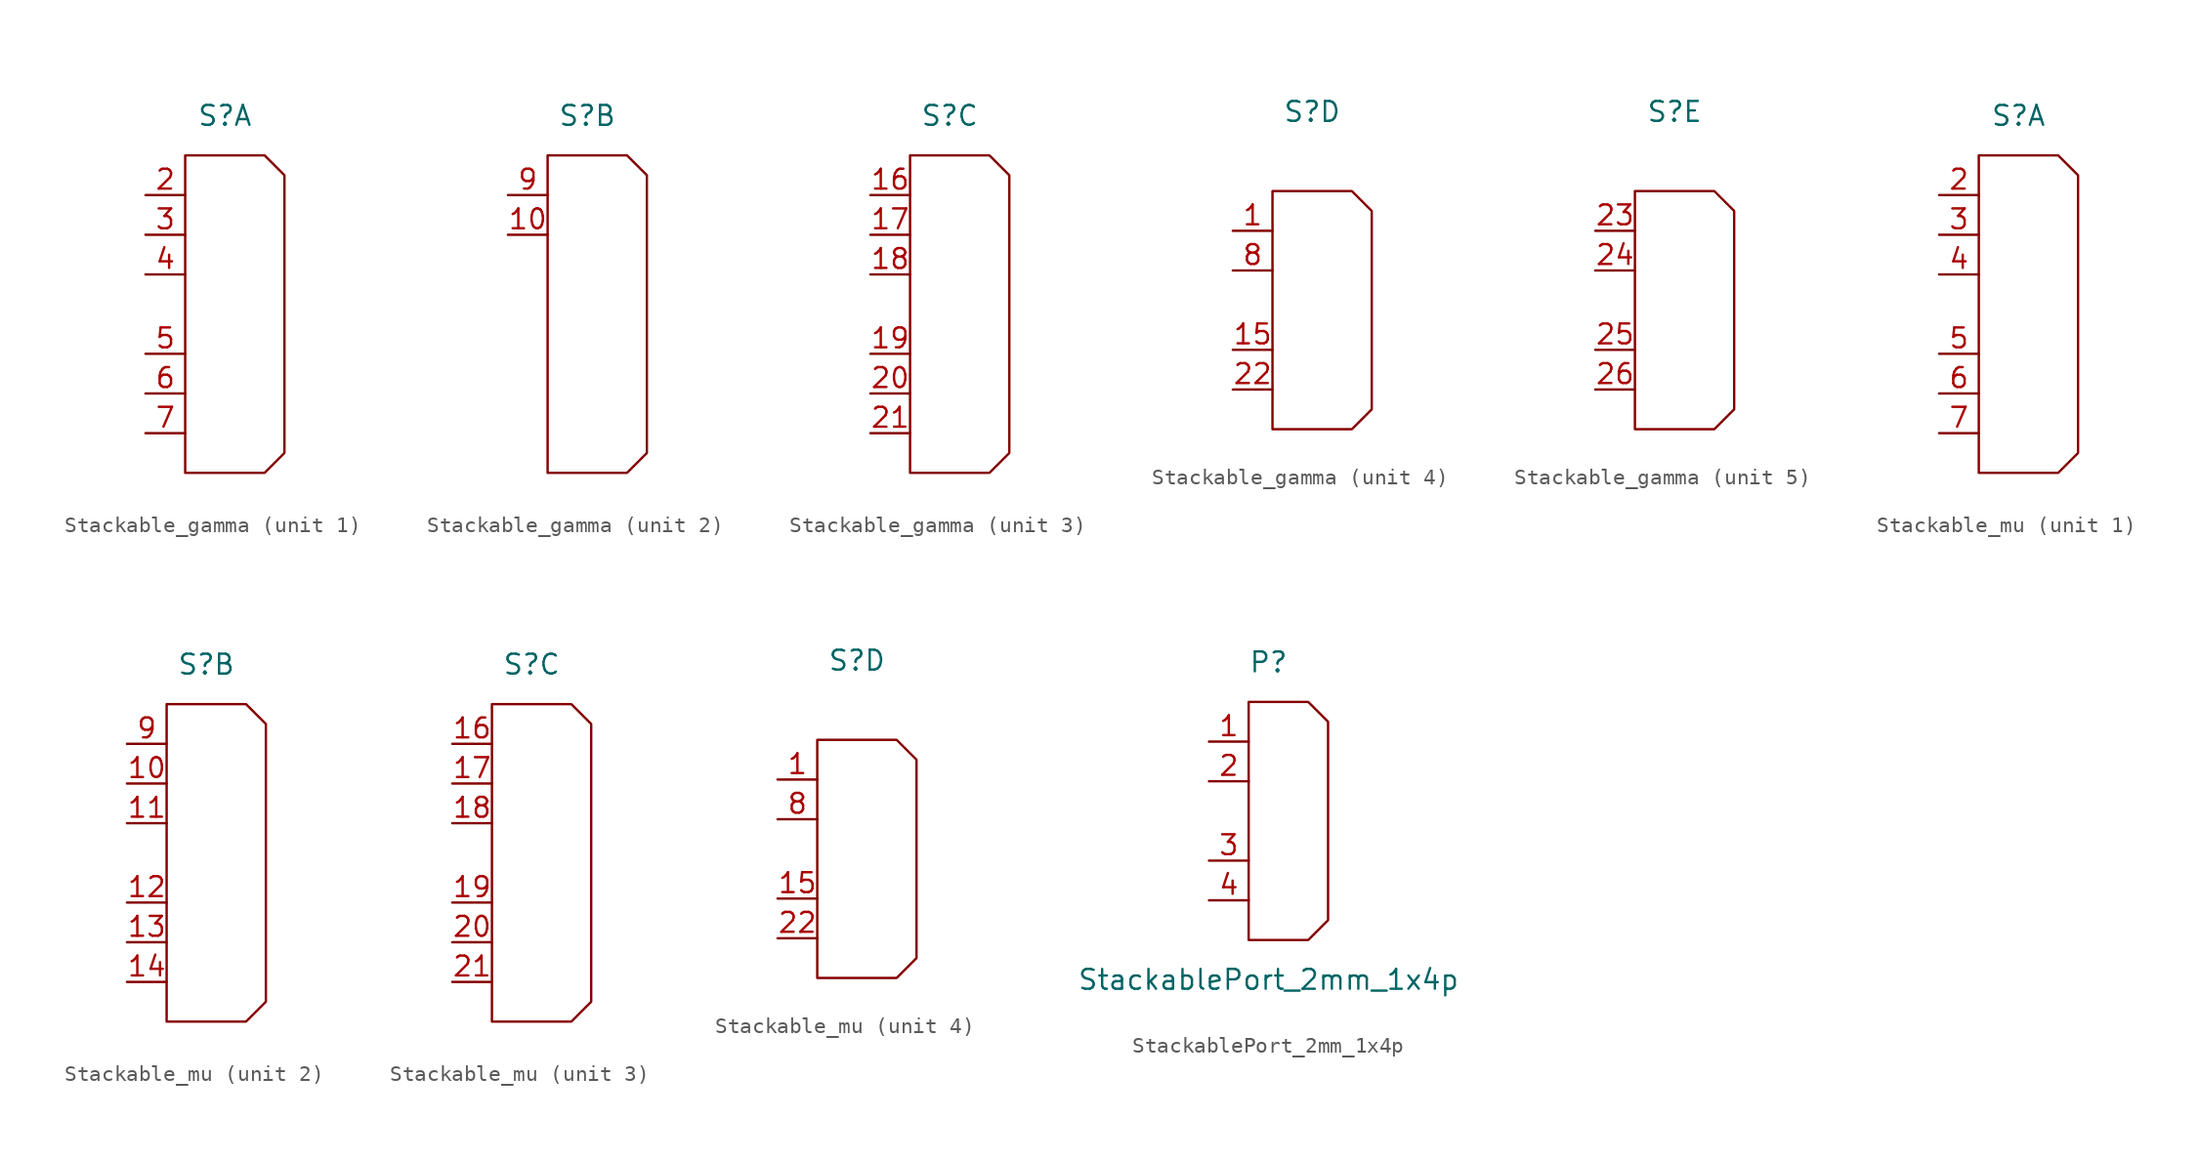
<source format=kicad_sym>
(kicad_symbol_lib
  (version 20211014)
  (generator kicad_symbol_editor)
  (symbol "Stackable_gamma"
    (property "Reference" "S"
      (at 0 12.7 0)
      (effects (font (size 1.27 1.27))))
    (property "ki_locked" ""
      (at 0 0 0)
      (effects (font (size 1.27 1.27))))
    (symbol "Stackable_gamma_1_1"
      (polyline (pts (xy -2.54 10.16) (xy -2.54 -10.16) (xy 2.54 -10.16) (xy 3.81 -8.89) (xy 3.81 8.89) (xy 2.54 10.16) (xy -2.54 10.16)) (stroke (width 0) (type default) (color 0 0 0 0)) (fill (type none)))
      (pin bidirectional line (at -5.08 7.62 0) (length 2.54) (name "" (effects (font (size 1.27 1.27)))) (number "2" (effects (font (size 1.27 1.27)))))
      (pin bidirectional line (at -5.08 5.08 0) (length 2.54) (name "" (effects (font (size 1.27 1.27)))) (number "3" (effects (font (size 1.27 1.27)))))
      (pin bidirectional line (at -5.08 2.54 0) (length 2.54) (name "" (effects (font (size 1.27 1.27)))) (number "4" (effects (font (size 1.27 1.27)))))
      (pin bidirectional line (at -5.08 -2.54 0) (length 2.54) (name "" (effects (font (size 1.27 1.27)))) (number "5" (effects (font (size 1.27 1.27)))))
      (pin bidirectional line (at -5.08 -5.08 0) (length 2.54) (name "" (effects (font (size 1.27 1.27)))) (number "6" (effects (font (size 1.27 1.27)))))
      (pin bidirectional line (at -5.08 -7.62 0) (length 2.54) (name "" (effects (font (size 1.27 1.27)))) (number "7" (effects (font (size 1.27 1.27))))))
    (symbol "Stackable_gamma_2_1"
      (polyline (pts (xy -2.54 10.16) (xy -2.54 -10.16) (xy 2.54 -10.16) (xy 3.81 -8.89) (xy 3.81 8.89) (xy 2.54 10.16) (xy -2.54 10.16)) (stroke (width 0) (type default) (color 0 0 0 0)) (fill (type none)))
      (pin bidirectional line (at -5.08 5.08 0) (length 2.54) (name "" (effects (font (size 1.27 1.27)))) (number "10" (effects (font (size 1.27 1.27)))))
      (pin no_connect line (at -5.08 2.54 0) (length 2.54) hide (name "" (effects (font (size 1.27 1.27)))) (number "11" (effects (font (size 1.27 1.27)))))
      (pin no_connect line (at -5.08 -2.54 0) (length 2.54) hide (name "" (effects (font (size 1.27 1.27)))) (number "12" (effects (font (size 1.27 1.27)))))
      (pin no_connect line (at -5.08 -5.08 0) (length 2.54) hide (name "" (effects (font (size 1.27 1.27)))) (number "13" (effects (font (size 1.27 1.27)))))
      (pin no_connect line (at -5.08 -7.62 0) (length 2.54) hide (name "" (effects (font (size 1.27 1.27)))) (number "14" (effects (font (size 1.27 1.27)))))
      (pin bidirectional line (at -5.08 7.62 0) (length 2.54) (name "" (effects (font (size 1.27 1.27)))) (number "9" (effects (font (size 1.27 1.27))))))
    (symbol "Stackable_gamma_3_1"
      (polyline (pts (xy -2.54 10.16) (xy -2.54 -10.16) (xy 2.54 -10.16) (xy 3.81 -8.89) (xy 3.81 8.89) (xy 2.54 10.16) (xy -2.54 10.16)) (stroke (width 0) (type default) (color 0 0 0 0)) (fill (type none)))
      (pin bidirectional line (at -5.08 7.62 0) (length 2.54) (name "" (effects (font (size 1.27 1.27)))) (number "16" (effects (font (size 1.27 1.27)))))
      (pin bidirectional line (at -5.08 5.08 0) (length 2.54) (name "" (effects (font (size 1.27 1.27)))) (number "17" (effects (font (size 1.27 1.27)))))
      (pin bidirectional line (at -5.08 2.54 0) (length 2.54) (name "" (effects (font (size 1.27 1.27)))) (number "18" (effects (font (size 1.27 1.27)))))
      (pin bidirectional line (at -5.08 -2.54 0) (length 2.54) (name "" (effects (font (size 1.27 1.27)))) (number "19" (effects (font (size 1.27 1.27)))))
      (pin bidirectional line (at -5.08 -5.08 0) (length 2.54) (name "" (effects (font (size 1.27 1.27)))) (number "20" (effects (font (size 1.27 1.27)))))
      (pin bidirectional line (at -5.08 -7.62 0) (length 2.54) (name "" (effects (font (size 1.27 1.27)))) (number "21" (effects (font (size 1.27 1.27))))))
    (symbol "Stackable_gamma_4_1"
      (polyline (pts (xy -2.54 7.62) (xy -2.54 -7.62) (xy 2.54 -7.62) (xy 3.81 -6.35) (xy 3.81 6.35) (xy 2.54 7.62) (xy -2.54 7.62)) (stroke (width 0) (type default) (color 0 0 0 0)) (fill (type none)))
      (pin bidirectional line (at -5.08 5.08 0) (length 2.54) (name "" (effects (font (size 1.27 1.27)))) (number "1" (effects (font (size 1.27 1.27)))))
      (pin bidirectional line (at -5.08 -2.54 0) (length 2.54) (name "" (effects (font (size 1.27 1.27)))) (number "15" (effects (font (size 1.27 1.27)))))
      (pin bidirectional line (at -5.08 -5.08 0) (length 2.54) (name "" (effects (font (size 1.27 1.27)))) (number "22" (effects (font (size 1.27 1.27)))))
      (pin bidirectional line (at -5.08 2.54 0) (length 2.54) (name "" (effects (font (size 1.27 1.27)))) (number "8" (effects (font (size 1.27 1.27))))))
    (symbol "Stackable_gamma_5_1"
      (polyline (pts (xy -2.54 7.62) (xy -2.54 -7.62) (xy 2.54 -7.62) (xy 3.81 -6.35) (xy 3.81 6.35) (xy 2.54 7.62) (xy -2.54 7.62)) (stroke (width 0) (type default) (color 0 0 0 0)) (fill (type none)))
      (pin bidirectional line (at -5.08 5.08 0) (length 2.54) (name "" (effects (font (size 1.27 1.27)))) (number "23" (effects (font (size 1.27 1.27)))))
      (pin bidirectional line (at -5.08 2.54 0) (length 2.54) (name "" (effects (font (size 1.27 1.27)))) (number "24" (effects (font (size 1.27 1.27)))))
      (pin bidirectional line (at -5.08 -2.54 0) (length 2.54) (name "" (effects (font (size 1.27 1.27)))) (number "25" (effects (font (size 1.27 1.27)))))
      (pin bidirectional line (at -5.08 -5.08 0) (length 2.54) (name "" (effects (font (size 1.27 1.27)))) (number "26" (effects (font (size 1.27 1.27)))))))
  (symbol "Stackable_mu"
    (property "Reference" "S"
      (at 0 12.7 0)
      (effects (font (size 1.27 1.27))))
    (property "ki_locked" ""
      (at 0 0 0)
      (effects (font (size 1.27 1.27))))
    (symbol "Stackable_mu_1_1"
      (polyline (pts (xy -2.54 10.16) (xy -2.54 -10.16) (xy 2.54 -10.16) (xy 3.81 -8.89) (xy 3.81 8.89) (xy 2.54 10.16) (xy -2.54 10.16)) (stroke (width 0) (type default) (color 0 0 0 0)) (fill (type none)))
      (pin bidirectional line (at -5.08 7.62 0) (length 2.54) (name "" (effects (font (size 1.27 1.27)))) (number "2" (effects (font (size 1.27 1.27)))))
      (pin bidirectional line (at -5.08 5.08 0) (length 2.54) (name "" (effects (font (size 1.27 1.27)))) (number "3" (effects (font (size 1.27 1.27)))))
      (pin bidirectional line (at -5.08 2.54 0) (length 2.54) (name "" (effects (font (size 1.27 1.27)))) (number "4" (effects (font (size 1.27 1.27)))))
      (pin bidirectional line (at -5.08 -2.54 0) (length 2.54) (name "" (effects (font (size 1.27 1.27)))) (number "5" (effects (font (size 1.27 1.27)))))
      (pin bidirectional line (at -5.08 -5.08 0) (length 2.54) (name "" (effects (font (size 1.27 1.27)))) (number "6" (effects (font (size 1.27 1.27)))))
      (pin bidirectional line (at -5.08 -7.62 0) (length 2.54) (name "" (effects (font (size 1.27 1.27)))) (number "7" (effects (font (size 1.27 1.27))))))
    (symbol "Stackable_mu_2_1"
      (polyline (pts (xy -2.54 10.16) (xy -2.54 -10.16) (xy 2.54 -10.16) (xy 3.81 -8.89) (xy 3.81 8.89) (xy 2.54 10.16) (xy -2.54 10.16)) (stroke (width 0) (type default) (color 0 0 0 0)) (fill (type none)))
      (pin bidirectional line (at -5.08 5.08 0) (length 2.54) (name "" (effects (font (size 1.27 1.27)))) (number "10" (effects (font (size 1.27 1.27)))))
      (pin bidirectional line (at -5.08 2.54 0) (length 2.54) (name "" (effects (font (size 1.27 1.27)))) (number "11" (effects (font (size 1.27 1.27)))))
      (pin bidirectional line (at -5.08 -2.54 0) (length 2.54) (name "" (effects (font (size 1.27 1.27)))) (number "12" (effects (font (size 1.27 1.27)))))
      (pin bidirectional line (at -5.08 -5.08 0) (length 2.54) (name "" (effects (font (size 1.27 1.27)))) (number "13" (effects (font (size 1.27 1.27)))))
      (pin bidirectional line (at -5.08 -7.62 0) (length 2.54) (name "" (effects (font (size 1.27 1.27)))) (number "14" (effects (font (size 1.27 1.27)))))
      (pin bidirectional line (at -5.08 7.62 0) (length 2.54) (name "" (effects (font (size 1.27 1.27)))) (number "9" (effects (font (size 1.27 1.27))))))
    (symbol "Stackable_mu_3_1"
      (polyline (pts (xy -2.54 10.16) (xy -2.54 -10.16) (xy 2.54 -10.16) (xy 3.81 -8.89) (xy 3.81 8.89) (xy 2.54 10.16) (xy -2.54 10.16)) (stroke (width 0) (type default) (color 0 0 0 0)) (fill (type none)))
      (pin bidirectional line (at -5.08 7.62 0) (length 2.54) (name "" (effects (font (size 1.27 1.27)))) (number "16" (effects (font (size 1.27 1.27)))))
      (pin bidirectional line (at -5.08 5.08 0) (length 2.54) (name "" (effects (font (size 1.27 1.27)))) (number "17" (effects (font (size 1.27 1.27)))))
      (pin bidirectional line (at -5.08 2.54 0) (length 2.54) (name "" (effects (font (size 1.27 1.27)))) (number "18" (effects (font (size 1.27 1.27)))))
      (pin bidirectional line (at -5.08 -2.54 0) (length 2.54) (name "" (effects (font (size 1.27 1.27)))) (number "19" (effects (font (size 1.27 1.27)))))
      (pin bidirectional line (at -5.08 -5.08 0) (length 2.54) (name "" (effects (font (size 1.27 1.27)))) (number "20" (effects (font (size 1.27 1.27)))))
      (pin bidirectional line (at -5.08 -7.62 0) (length 2.54) (name "" (effects (font (size 1.27 1.27)))) (number "21" (effects (font (size 1.27 1.27))))))
    (symbol "Stackable_mu_4_1"
      (polyline (pts (xy -2.54 7.62) (xy -2.54 -7.62) (xy 2.54 -7.62) (xy 3.81 -6.35) (xy 3.81 6.35) (xy 2.54 7.62) (xy -2.54 7.62)) (stroke (width 0) (type default) (color 0 0 0 0)) (fill (type none)))
      (pin bidirectional line (at -5.08 5.08 0) (length 2.54) (name "" (effects (font (size 1.27 1.27)))) (number "1" (effects (font (size 1.27 1.27)))))
      (pin bidirectional line (at -5.08 -2.54 0) (length 2.54) (name "" (effects (font (size 1.27 1.27)))) (number "15" (effects (font (size 1.27 1.27)))))
      (pin bidirectional line (at -5.08 -5.08 0) (length 2.54) (name "" (effects (font (size 1.27 1.27)))) (number "22" (effects (font (size 1.27 1.27)))))
      (pin bidirectional line (at -5.08 2.54 0) (length 2.54) (name "" (effects (font (size 1.27 1.27)))) (number "8" (effects (font (size 1.27 1.27)))))))
  (symbol "StackablePort_2mm_1x4p"
    (property "Reference" "P"
      (at 0 10.16 0)
      (effects (font (size 1.27 1.27))))
    (property "Value" "StackablePort_2mm_1x4p"
      (at 0 -10.16 0)
      (effects (font (size 1.27 1.27))))
    (symbol "StackablePort_2mm_1x4p_0_1"
      (polyline (pts (xy -1.27 7.62) (xy -1.27 -7.62) (xy 2.54 -7.62) (xy 3.81 -6.35) (xy 3.81 6.35) (xy 2.54 7.62) (xy -1.27 7.62)) (stroke (width 0) (type default) (color 0 0 0 0)) (fill (type none))))
    (symbol "StackablePort_2mm_1x4p_1_1"
      (pin bidirectional line (at -3.81 5.08 0) (length 2.54) (name "" (effects (font (size 1.27 1.27)))) (number "1" (effects (font (size 1.27 1.27)))))
      (pin bidirectional line (at -3.81 2.54 0) (length 2.54) (name "" (effects (font (size 1.27 1.27)))) (number "2" (effects (font (size 1.27 1.27)))))
      (pin bidirectional line (at -3.81 -2.54 0) (length 2.54) (name "" (effects (font (size 1.27 1.27)))) (number "3" (effects (font (size 1.27 1.27)))))
      (pin bidirectional line (at -3.81 -5.08 0) (length 2.54) (name "" (effects (font (size 1.27 1.27)))) (number "4" (effects (font (size 1.27 1.27))))))))
</source>
